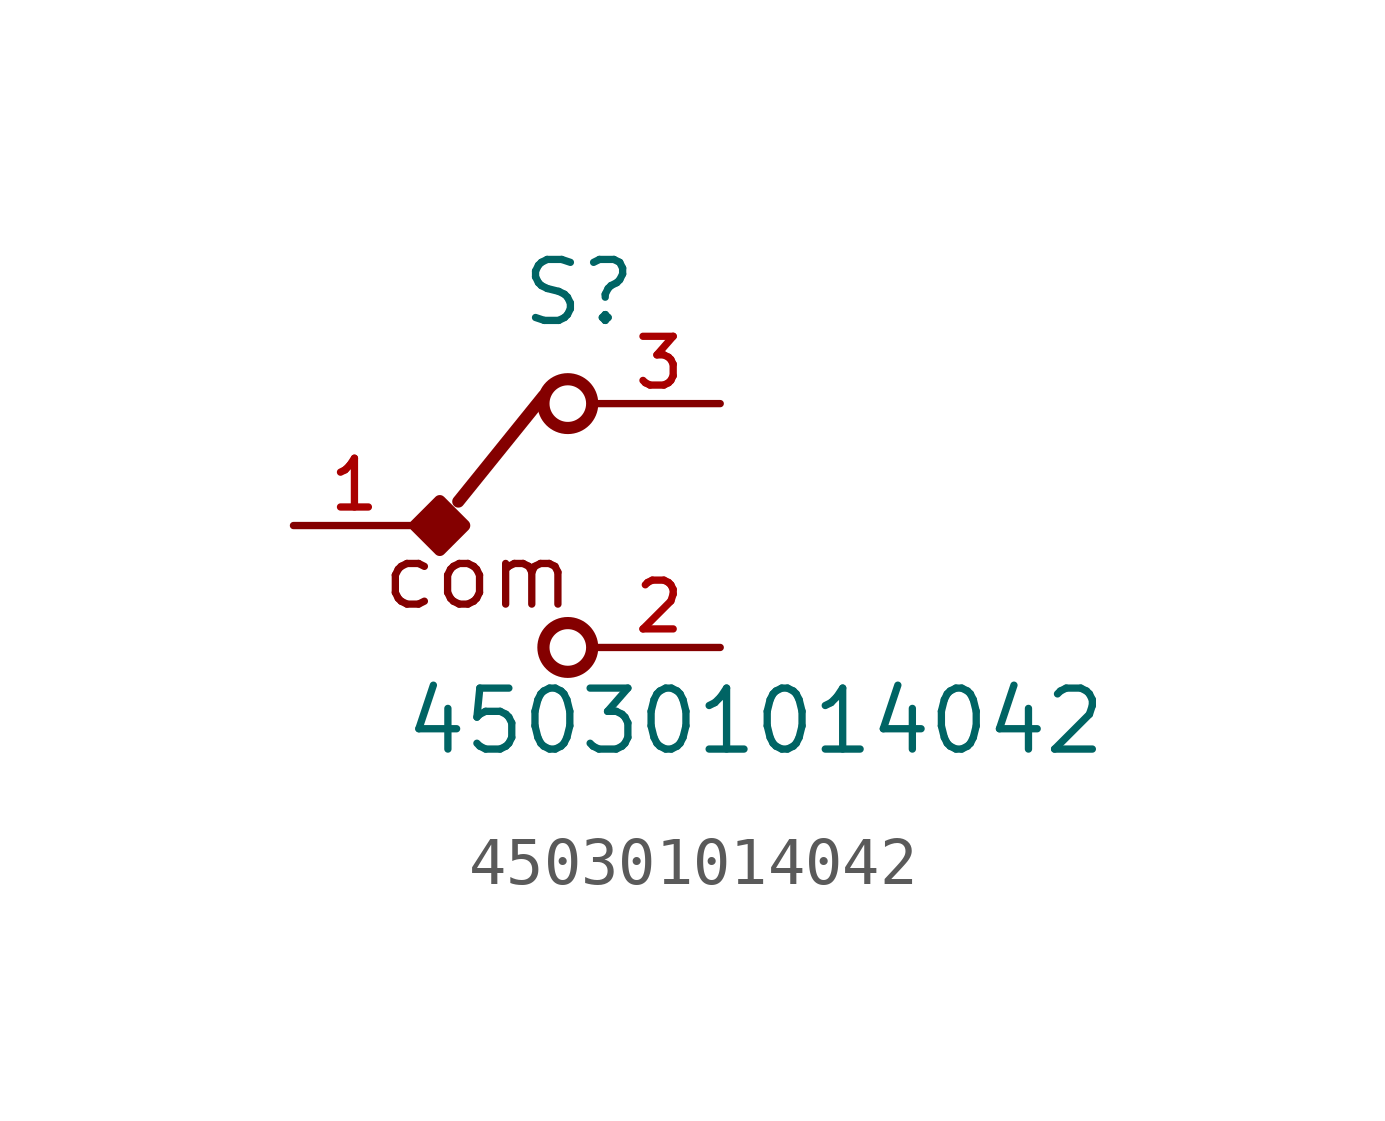
<source format=kicad_sym>
(kicad_symbol_lib
  (version 20241209)
  (generator "kicad_symbol_editor")
  (generator_version "9.0")
  (symbol "450301014042"
    (pin_names
      (offset 1.016))
    (property "Reference" "S"
      (at 2.14 4.11 0)
      (effects (font (size 1.27 1.27)) (justify bottom)))
    (property "Value" "450301014042"
      (at -1.54 -4.82 0)
      (effects (font (size 1.27 1.27)) (justify left bottom)))
    (symbol "450301014042_0_0"
      (polyline (pts (xy -0.762 -0.508) (xy -1.27 0) (xy -0.762 0.508) (xy -0.254 0) (xy -0.762 -0.508)) (stroke (width 0.254) (type default)) (fill (type outline)))
      (polyline (pts (xy -0.376 0.5) (xy 1.4 2.7)) (stroke (width 0.254) (type default)) (fill (type none)))
      (circle (center 1.905 2.54) (radius 0.508) (stroke (width 0.254) (type default)) (fill (type none)))
      (circle (center 1.905 -2.54) (radius 0.508) (stroke (width 0.254) (type default)) (fill (type none)))
      (text "com" (at -2.03 -1.8 0) (effects (font (size 1.27 1.27)) (justify left bottom)))
      (pin passive line (at -3.81 0 0) (length 2.54) (name "~" (effects (font (size 1.016 1.016)))) (number "1" (effects (font (size 1.016 1.016)))))
      (pin passive line (at 5.08 2.54 180) (length 2.54) (name "~" (effects (font (size 1.016 1.016)))) (number "3" (effects (font (size 1.016 1.016)))))
      (pin passive line (at 5.08 -2.54 180) (length 2.54) (name "~" (effects (font (size 1.016 1.016)))) (number "2" (effects (font (size 1.016 1.016))))))))
</source>
